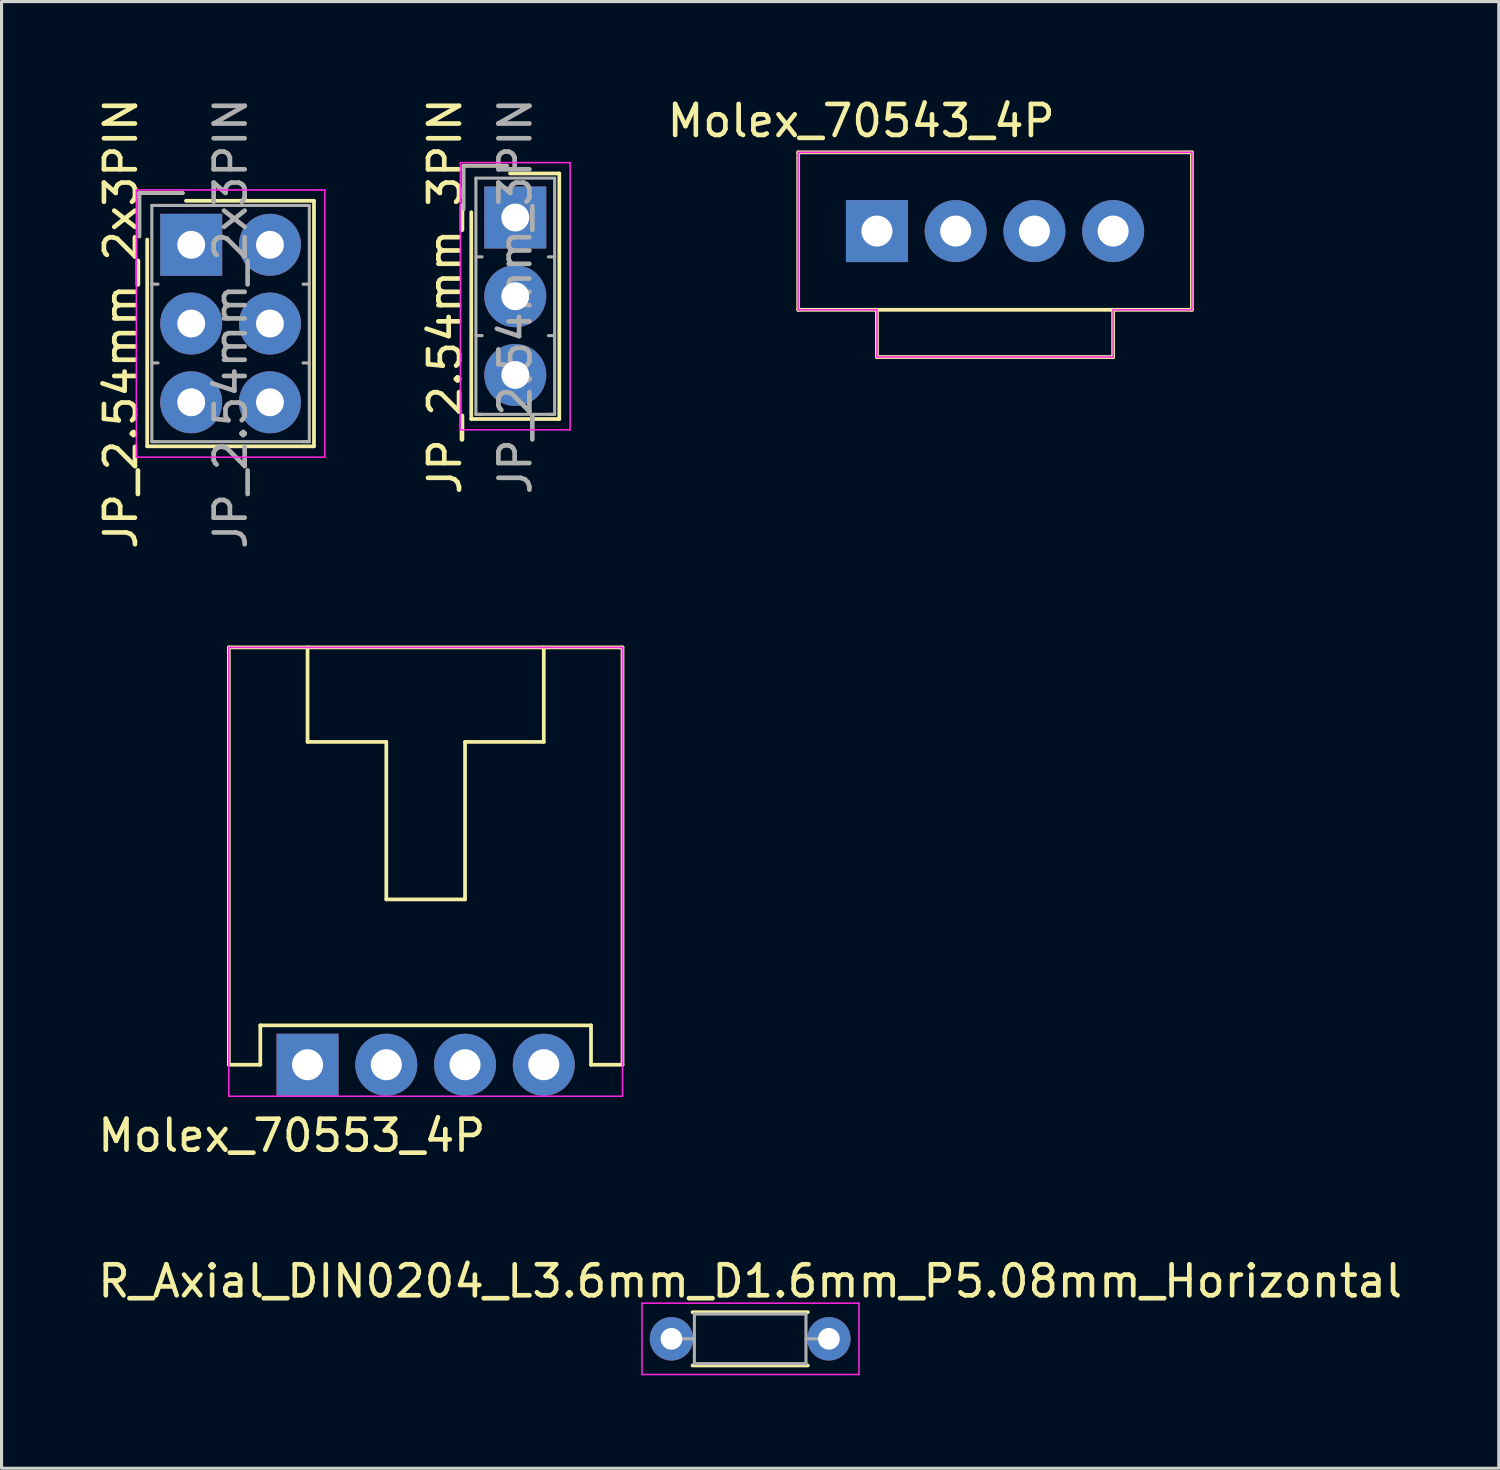
<source format=kicad_pcb>
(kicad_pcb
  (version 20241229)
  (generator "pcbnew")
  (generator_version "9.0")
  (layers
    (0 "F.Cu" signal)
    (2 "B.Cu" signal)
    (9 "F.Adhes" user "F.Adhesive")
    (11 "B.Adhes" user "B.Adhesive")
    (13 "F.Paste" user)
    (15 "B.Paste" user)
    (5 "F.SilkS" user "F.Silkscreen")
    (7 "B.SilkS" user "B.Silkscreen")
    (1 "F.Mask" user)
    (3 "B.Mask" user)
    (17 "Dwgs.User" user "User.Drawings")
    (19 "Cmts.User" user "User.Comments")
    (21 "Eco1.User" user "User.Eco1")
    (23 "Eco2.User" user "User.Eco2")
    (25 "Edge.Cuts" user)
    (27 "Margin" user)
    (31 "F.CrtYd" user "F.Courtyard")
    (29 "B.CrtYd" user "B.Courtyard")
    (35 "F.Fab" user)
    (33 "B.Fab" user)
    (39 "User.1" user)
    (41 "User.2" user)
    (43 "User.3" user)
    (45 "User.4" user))
  (footprint "R_Axial_DIN0204_L3.6mm_D1.6mm_P5.08mm_Horizontal"
    (layer "F.Cu")
    (at 18.609 40.138)
    (property "Reference" "R_Axial_DIN0204_L3.6mm_D1.6mm_P5.08mm_Horizontal" (at 2.54 -1.86 0) (layer "F.SilkS") (effects (font (size 1 1) (thickness 0.15))))
    (attr through_hole)
    (fp_line (start 0.68 -0.86) (end 4.4 -0.86) (stroke (width 0.12) (type solid)) (layer "F.SilkS"))
    (fp_line (start 0.68 0.86) (end 4.4 0.86) (stroke (width 0.12) (type solid)) (layer "F.SilkS"))
    (fp_line (start -0.95 -1.15) (end -0.95 1.15) (stroke (width 0.05) (type solid)) (layer "F.CrtYd"))
    (fp_line (start -0.95 1.15) (end 6.05 1.15) (stroke (width 0.05) (type solid)) (layer "F.CrtYd"))
    (fp_line (start 6.05 -1.15) (end -0.95 -1.15) (stroke (width 0.05) (type solid)) (layer "F.CrtYd"))
    (fp_line (start 6.05 1.15) (end 6.05 -1.15) (stroke (width 0.05) (type solid)) (layer "F.CrtYd"))
    (fp_line (start 0 0) (end 0.74 0) (stroke (width 0.1) (type solid)) (layer "F.Fab"))
    (fp_line (start 0.74 -0.8) (end 0.74 0.8) (stroke (width 0.1) (type solid)) (layer "F.Fab"))
    (fp_line (start 0.74 0.8) (end 4.34 0.8) (stroke (width 0.1) (type solid)) (layer "F.Fab"))
    (fp_line (start 4.34 -0.8) (end 0.74 -0.8) (stroke (width 0.1) (type solid)) (layer "F.Fab"))
    (fp_line (start 4.34 0.8) (end 4.34 -0.8) (stroke (width 0.1) (type solid)) (layer "F.Fab"))
    (fp_line (start 5.08 0) (end 4.34 0) (stroke (width 0.1) (type solid)) (layer "F.Fab"))
    (pad "1" thru_hole circle (at 0 0) (size 1.4 1.4) (drill 0.7) (layers "*.Cu" "*.Mask"))
    (pad "2" thru_hole oval (at 5.08 0) (size 1.4 1.4) (drill 0.7) (layers "*.Cu" "*.Mask")))
  (footprint "JP_2.54mm_3PIN"
    (layer "F.Cu")
    (at 13.572 3.966)
    (property "Reference" "JP_2.54mm_3PIN" (at -2.27 2.54 90) (layer "F.SilkS") (effects (font (size 1 1) (thickness 0.15))))
    (attr through_hole)
    (fp_line (start -1.67 -1.67) (end -1.67 -0.27) (stroke (width 0.12) (type solid)) (layer "F.SilkS"))
    (fp_line (start -1.42 6.5) (end -1.42 -0.17) (stroke (width 0.12) (type solid)) (layer "F.SilkS"))
    (fp_line (start -0.27 -1.67) (end -1.67 -1.67) (stroke (width 0.12) (type solid)) (layer "F.SilkS"))
    (fp_line (start -0.17 -1.42) (end 1.42 -1.42) (stroke (width 0.12) (type solid)) (layer "F.SilkS"))
    (fp_line (start 1.42 -1.42) (end 1.42 6.5) (stroke (width 0.12) (type solid)) (layer "F.SilkS"))
    (fp_line (start 1.42 6.5) (end -1.42 6.5) (stroke (width 0.12) (type solid)) (layer "F.SilkS"))
    (fp_line (start -1.77 -1.77) (end -1.77 6.85) (stroke (width 0.05) (type solid)) (layer "F.CrtYd"))
    (fp_line (start -1.77 6.85) (end 1.77 6.85) (stroke (width 0.05) (type solid)) (layer "F.CrtYd"))
    (fp_line (start 1.77 -1.77) (end -1.77 -1.77) (stroke (width 0.05) (type solid)) (layer "F.CrtYd"))
    (fp_line (start 1.77 6.85) (end 1.77 -1.77) (stroke (width 0.05) (type solid)) (layer "F.CrtYd"))
    (fp_line (start -1.67 -1.67) (end -1.67 -0.27) (stroke (width 0.1) (type solid)) (layer "F.Fab"))
    (fp_line (start -1.27 -1.27) (end -1.27 6.35) (stroke (width 0.1) (type solid)) (layer "F.Fab"))
    (fp_line (start -1.27 1.27) (end -1.07 1.27) (stroke (width 0.1) (type solid)) (layer "F.Fab"))
    (fp_line (start -1.27 3.81) (end -1.07 3.81) (stroke (width 0.1) (type solid)) (layer "F.Fab"))
    (fp_line (start -1.27 6.35) (end -1.07 6.35) (stroke (width 0.1) (type solid)) (layer "F.Fab"))
    (fp_line (start -1.27 6.35) (end 1.27 6.35) (stroke (width 0.1) (type solid)) (layer "F.Fab"))
    (fp_line (start -0.27 -1.67) (end -1.67 -1.67) (stroke (width 0.1) (type solid)) (layer "F.Fab"))
    (fp_line (start 1.27 -1.27) (end -1.27 -1.27) (stroke (width 0.1) (type solid)) (layer "F.Fab"))
    (fp_line (start 1.27 1.27) (end 1.07 1.27) (stroke (width 0.1) (type solid)) (layer "F.Fab"))
    (fp_line (start 1.27 3.81) (end 1.07 3.81) (stroke (width 0.1) (type solid)) (layer "F.Fab"))
    (fp_line (start 1.27 6.35) (end 1.07 6.35) (stroke (width 0.1) (type solid)) (layer "F.Fab"))
    (fp_line (start 1.27 6.35) (end 1.27 -1.27) (stroke (width 0.1) (type solid)) (layer "F.Fab"))
    (fp_text user "${REFERENCE}" (at 0 2.54 90) (layer "F.Fab") (effects (font (size 1 1) (thickness 0.15))))
    (pad "1" thru_hole rect (at 0 0) (size 2 2) (drill 0.9) (layers "*.Cu" "*.Mask"))
    (pad "2" thru_hole circle (at 0 2.54) (size 2 2) (drill 0.9) (layers "*.Cu" "*.Mask"))
    (pad "3" thru_hole circle (at 0 5.08) (size 2 2) (drill 0.9) (layers "*.Cu" "*.Mask")))
  (footprint "Molex_70543_4P"
    (layer "F.Cu")
    (at 25.238 4.404)
    (property "Reference" "Molex_70543_4P" (at -0.508 -3.556 180) (layer "F.SilkS") (effects (font (size 1 1) (thickness 0.15))))
    (attr through_hole)
    (fp_line (start -2.54 -2.54) (end 10.16 -2.54) (stroke (width 0.12) (type solid)) (layer "F.SilkS"))
    (fp_line (start -2.54 2.54) (end -2.54 -2.54) (stroke (width 0.12) (type solid)) (layer "F.SilkS"))
    (fp_line (start 0 2.54) (end 0 4.064) (stroke (width 0.12) (type solid)) (layer "F.SilkS"))
    (fp_line (start 0 4.064) (end 7.62 4.064) (stroke (width 0.12) (type solid)) (layer "F.SilkS"))
    (fp_line (start 7.62 4.064) (end 7.62 2.54) (stroke (width 0.12) (type solid)) (layer "F.SilkS"))
    (fp_line (start 10.16 -2.54) (end 10.16 2.54) (stroke (width 0.12) (type solid)) (layer "F.SilkS"))
    (fp_line (start 10.16 2.54) (end -2.54 2.54) (stroke (width 0.12) (type solid)) (layer "F.SilkS"))
    (fp_line (start -2.54 -2.54) (end 10.16 -2.54) (stroke (width 0.05) (type solid)) (layer "F.CrtYd"))
    (fp_line (start -2.54 2.54) (end -2.54 -2.54) (stroke (width 0.05) (type solid)) (layer "F.CrtYd"))
    (fp_line (start 0 2.54) (end -2.54 2.54) (stroke (width 0.05) (type solid)) (layer "F.CrtYd"))
    (fp_line (start 0 4.064) (end 0 2.54) (stroke (width 0.05) (type solid)) (layer "F.CrtYd"))
    (fp_line (start 7.62 2.54) (end 7.62 4.064) (stroke (width 0.05) (type solid)) (layer "F.CrtYd"))
    (fp_line (start 7.62 4.064) (end 0 4.064) (stroke (width 0.05) (type solid)) (layer "F.CrtYd"))
    (fp_line (start 10.16 -2.54) (end 10.16 2.54) (stroke (width 0.05) (type solid)) (layer "F.CrtYd"))
    (fp_line (start 10.16 2.54) (end 7.62 2.54) (stroke (width 0.05) (type solid)) (layer "F.CrtYd"))
    (pad "1" thru_hole rect (at 0 0) (size 2 2) (drill 1) (layers "*.Cu" "*.Mask"))
    (pad "2" thru_hole circle (at 2.54 0) (size 2 2) (drill 1) (layers "*.Cu" "*.Mask"))
    (pad "3" thru_hole circle (at 5.08 0) (size 2 2) (drill 1) (layers "*.Cu" "*.Mask"))
    (pad "4" thru_hole circle (at 7.62 0) (size 2 2) (drill 1) (layers "*.Cu" "*.Mask")))
  (footprint "Molex_70553_4P"
    (layer "F.Cu")
    (at 6.871 31.296)
    (property "Reference" "Molex_70553_4P" (at -0.508 2.286 180) (layer "F.SilkS") (effects (font (size 1 1) (thickness 0.15))))
    (attr through_hole)
    (fp_line (start -2.54 0) (end -2.54 -13.462) (stroke (width 0.12) (type solid)) (layer "F.SilkS"))
    (fp_line (start -2.54 0) (end -1.524 0) (stroke (width 0.12) (type solid)) (layer "F.SilkS"))
    (fp_line (start -1.524 -1.27) (end -1.524 0) (stroke (width 0.12) (type solid)) (layer "F.SilkS"))
    (fp_line (start -1.524 -1.27) (end 9.144 -1.27) (stroke (width 0.12) (type solid)) (layer "F.SilkS"))
    (fp_line (start 0 -13.462) (end 0 -10.414) (stroke (width 0.12) (type solid)) (layer "F.SilkS"))
    (fp_line (start 0 -10.414) (end 2.54 -10.414) (stroke (width 0.12) (type solid)) (layer "F.SilkS"))
    (fp_line (start 2.54 -10.414) (end 2.54 -5.334) (stroke (width 0.12) (type solid)) (layer "F.SilkS"))
    (fp_line (start 2.54 -5.334) (end 5.08 -5.334) (stroke (width 0.12) (type solid)) (layer "F.SilkS"))
    (fp_line (start 5.08 -10.414) (end 7.62 -10.414) (stroke (width 0.12) (type solid)) (layer "F.SilkS"))
    (fp_line (start 5.08 -5.334) (end 5.08 -10.414) (stroke (width 0.12) (type solid)) (layer "F.SilkS"))
    (fp_line (start 7.62 -10.414) (end 7.62 -13.462) (stroke (width 0.12) (type solid)) (layer "F.SilkS"))
    (fp_line (start 9.144 0) (end 9.144 -1.27) (stroke (width 0.12) (type solid)) (layer "F.SilkS"))
    (fp_line (start 9.144 0) (end 10.16 0) (stroke (width 0.12) (type solid)) (layer "F.SilkS"))
    (fp_line (start 10.16 -13.462) (end -2.54 -13.462) (stroke (width 0.12) (type solid)) (layer "F.SilkS"))
    (fp_line (start 10.16 -13.462) (end 10.16 0) (stroke (width 0.12) (type solid)) (layer "F.SilkS"))
    (fp_line (start -2.54 -13.462) (end -2.54 1.016) (stroke (width 0.05) (type solid)) (layer "F.CrtYd"))
    (fp_line (start -2.54 1.016) (end 10.16 1.016) (stroke (width 0.05) (type solid)) (layer "F.CrtYd"))
    (fp_line (start 10.16 -13.462) (end -2.54 -13.462) (stroke (width 0.05) (type solid)) (layer "F.CrtYd"))
    (fp_line (start 10.16 1.016) (end 10.16 -13.462) (stroke (width 0.05) (type solid)) (layer "F.CrtYd"))
    (pad "1" thru_hole rect (at 0 0) (size 2 2) (drill 1) (layers "*.Cu" "*.Mask"))
    (pad "2" thru_hole circle (at 2.54 0) (size 2 2) (drill 1) (layers "*.Cu" "*.Mask"))
    (pad "3" thru_hole circle (at 5.08 0) (size 2 2) (drill 1) (layers "*.Cu" "*.Mask"))
    (pad "4" thru_hole circle (at 7.62 0) (size 2 2) (drill 1) (layers "*.Cu" "*.Mask")))
  (footprint "JP_2.54mm_2x3PIN"
    (layer "F.Cu")
    (at 3.118 4.847)
    (property "Reference" "JP_2.54mm_2x3PIN" (at -2.27 2.54 90) (layer "F.SilkS") (effects (font (size 1 1) (thickness 0.15))))
    (attr through_hole)
    (fp_line (start -1.67 -1.67) (end -1.67 -0.27) (stroke (width 0.12) (type solid)) (layer "F.SilkS"))
    (fp_line (start -1.42 6.5) (end -1.42 -0.17) (stroke (width 0.12) (type solid)) (layer "F.SilkS"))
    (fp_line (start -0.27 -1.67) (end -1.67 -1.67) (stroke (width 0.12) (type solid)) (layer "F.SilkS"))
    (fp_line (start -0.17 -1.42) (end 3.96 -1.42) (stroke (width 0.12) (type solid)) (layer "F.SilkS"))
    (fp_line (start 3.96 -1.42) (end 3.96 6.5) (stroke (width 0.12) (type solid)) (layer "F.SilkS"))
    (fp_line (start 3.96 6.5) (end -1.42 6.5) (stroke (width 0.12) (type solid)) (layer "F.SilkS"))
    (fp_line (start -1.77 -1.77) (end -1.77 6.85) (stroke (width 0.05) (type solid)) (layer "F.CrtYd"))
    (fp_line (start -1.77 6.85) (end 4.31 6.85) (stroke (width 0.05) (type solid)) (layer "F.CrtYd"))
    (fp_line (start 4.31 -1.77) (end -1.77 -1.77) (stroke (width 0.05) (type solid)) (layer "F.CrtYd"))
    (fp_line (start 4.31 6.85) (end 4.31 -1.77) (stroke (width 0.05) (type solid)) (layer "F.CrtYd"))
    (fp_line (start -1.67 -1.67) (end -1.67 -0.27) (stroke (width 0.1) (type solid)) (layer "F.Fab"))
    (fp_line (start -1.27 -1.27) (end -1.27 6.35) (stroke (width 0.1) (type solid)) (layer "F.Fab"))
    (fp_line (start -1.27 1.27) (end -1.07 1.27) (stroke (width 0.1) (type solid)) (layer "F.Fab"))
    (fp_line (start -1.27 3.81) (end -1.07 3.81) (stroke (width 0.1) (type solid)) (layer "F.Fab"))
    (fp_line (start -1.27 6.35) (end -1.07 6.35) (stroke (width 0.1) (type solid)) (layer "F.Fab"))
    (fp_line (start -1.27 6.35) (end 3.81 6.35) (stroke (width 0.1) (type solid)) (layer "F.Fab"))
    (fp_line (start -0.27 -1.67) (end -1.67 -1.67) (stroke (width 0.1) (type solid)) (layer "F.Fab"))
    (fp_line (start 3.81 -1.27) (end -1.27 -1.27) (stroke (width 0.1) (type solid)) (layer "F.Fab"))
    (fp_line (start 3.81 1.27) (end 3.61 1.27) (stroke (width 0.1) (type solid)) (layer "F.Fab"))
    (fp_line (start 3.81 3.81) (end 3.61 3.81) (stroke (width 0.1) (type solid)) (layer "F.Fab"))
    (fp_line (start 3.81 6.35) (end 3.61 6.35) (stroke (width 0.1) (type solid)) (layer "F.Fab"))
    (fp_line (start 3.81 6.35) (end 3.81 -1.27) (stroke (width 0.1) (type solid)) (layer "F.Fab"))
    (fp_text user "${REFERENCE}" (at 1.27 2.54 90) (layer "F.Fab") (effects (font (size 1 1) (thickness 0.15))))
    (pad "1" thru_hole rect (at 0 0) (size 2 2) (drill 0.9) (layers "*.Cu" "*.Mask"))
    (pad "2" thru_hole circle (at 2.54 0) (size 2 2) (drill 0.9) (layers "*.Cu" "*.Mask"))
    (pad "3" thru_hole circle (at 0 2.54) (size 2 2) (drill 0.9) (layers "*.Cu" "*.Mask"))
    (pad "4" thru_hole circle (at 2.54 2.54) (size 2 2) (drill 0.9) (layers "*.Cu" "*.Mask"))
    (pad "5" thru_hole circle (at 0 5.08) (size 2 2) (drill 0.9) (layers "*.Cu" "*.Mask"))
    (pad "6" thru_hole circle (at 2.54 5.08) (size 2 2) (drill 0.9) (layers "*.Cu" "*.Mask")))
  (gr_rect
    (start -3 -3)
    (end 45.298 44.313)
    (stroke (width 0.1) (type default))
    (fill no)
    (layer "Edge.Cuts")))
</source>
